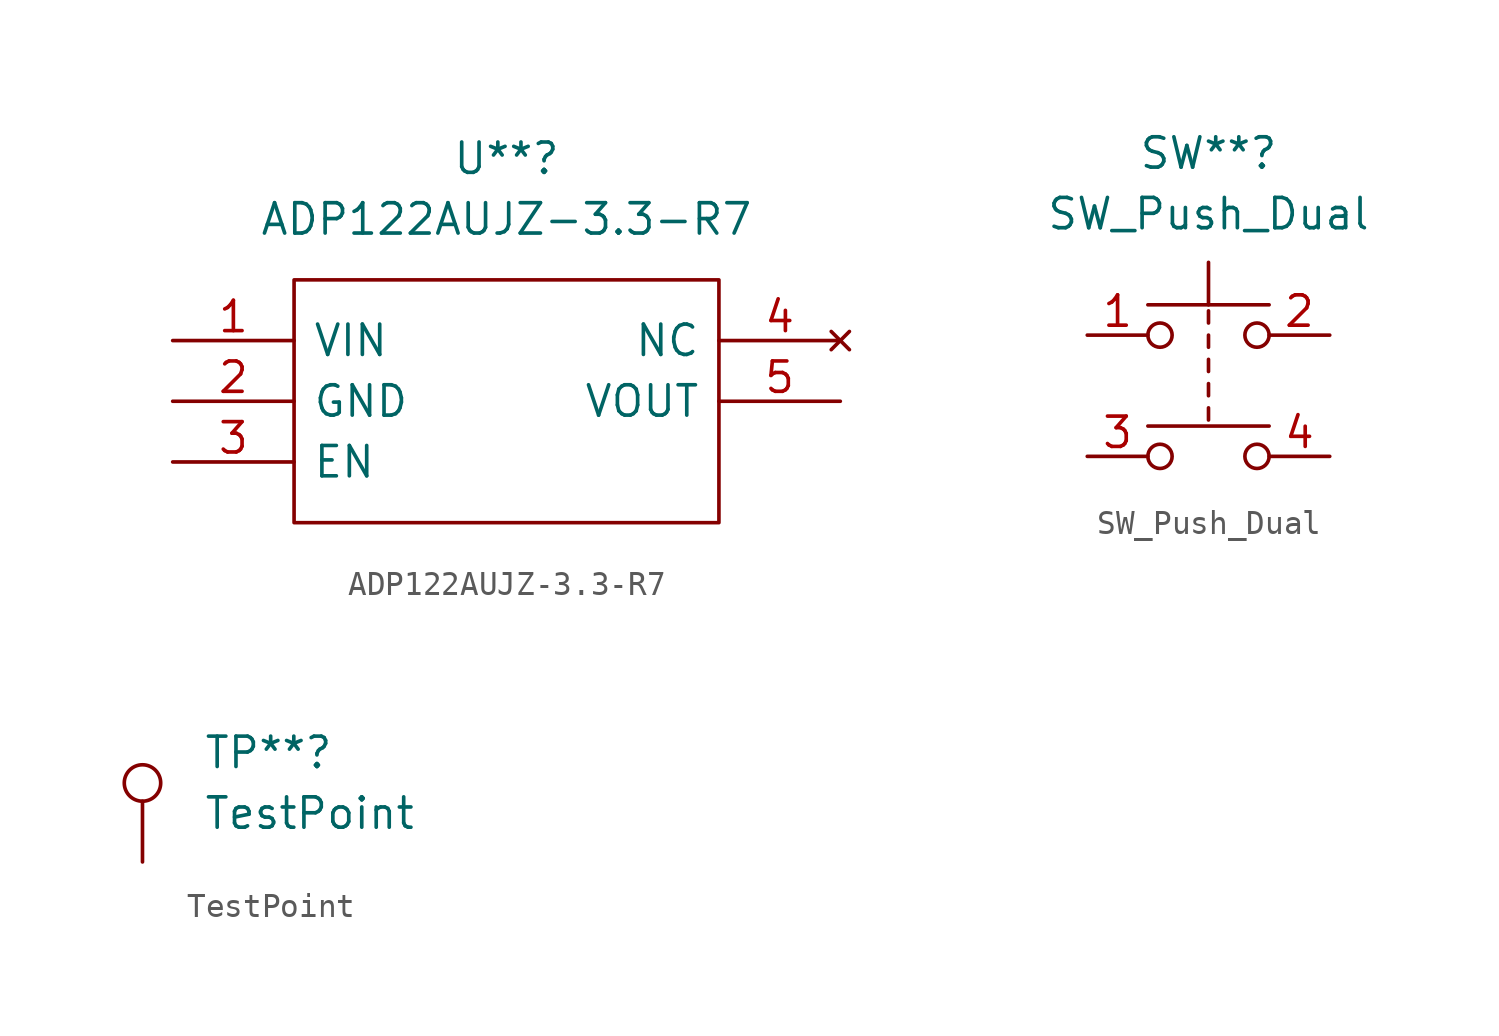
<source format=kicad_sym>
(kicad_symbol_lib
  (version 20211014)
  (generator kicad_symbol_editor)
  (symbol "ADP122AUJZ-3.3-R7"
    (pin_names
      (offset 0.762))
    (property "Reference" "U**"
      (at 13.97 7.62 0)
      (effects (font (size 1.27 1.27))))
    (property "Value" "ADP122AUJZ-3.3-R7"
      (at 13.97 5.08 0)
      (effects (font (size 1.27 1.27))))
    (symbol "ADP122AUJZ-3.3-R7_0_0"
      (pin passive line (at 0 0 0) (length 5.08) (name "VIN" (effects (font (size 1.27 1.27)))) (number "1" (effects (font (size 1.27 1.27)))))
      (pin passive line (at 0 -2.54 0) (length 5.08) (name "GND" (effects (font (size 1.27 1.27)))) (number "2" (effects (font (size 1.27 1.27)))))
      (pin passive line (at 0 -5.08 0) (length 5.08) (name "EN" (effects (font (size 1.27 1.27)))) (number "3" (effects (font (size 1.27 1.27)))))
      (pin no_connect line (at 27.94 0 180) (length 5.08) (name "NC" (effects (font (size 1.27 1.27)))) (number "4" (effects (font (size 1.27 1.27)))))
      (pin passive line (at 27.94 -2.54 180) (length 5.08) (name "VOUT" (effects (font (size 1.27 1.27)))) (number "5" (effects (font (size 1.27 1.27))))))
    (symbol "ADP122AUJZ-3.3-R7_0_1"
      (polyline (pts (xy 5.08 2.54) (xy 22.86 2.54) (xy 22.86 -7.62) (xy 5.08 -7.62) (xy 5.08 2.54)) (stroke (width 0.152) (type default) (color 0 0 0 0)) (fill (type none)))))
  (symbol "SW_Push_Dual"
    (pin_names
      (offset 1.016) hide)
    (property "Reference" "SW**"
      (at 0 7.62 0)
      (effects (font (size 1.27 1.27))))
    (property "Value" "SW_Push_Dual"
      (at 0 5.08 0)
      (effects (font (size 1.27 1.27))))
    (symbol "SW_Push_Dual_0_1"
      (circle (center -2.032 -5.08) (radius 0.508) (stroke (width 0) (type default) (color 0 0 0 0)) (fill (type none)))
      (circle (center -2.032 0) (radius 0.508) (stroke (width 0) (type default) (color 0 0 0 0)) (fill (type none)))
      (polyline (pts (xy 0 -3.048) (xy 0 -3.556)) (stroke (width 0) (type default) (color 0 0 0 0)) (fill (type none)))
      (polyline (pts (xy 0 -2.032) (xy 0 -2.54)) (stroke (width 0) (type default) (color 0 0 0 0)) (fill (type none)))
      (polyline (pts (xy 0 -1.524) (xy 0 -1.016)) (stroke (width 0) (type default) (color 0 0 0 0)) (fill (type none)))
      (polyline (pts (xy 0 -0.508) (xy 0 0)) (stroke (width 0) (type default) (color 0 0 0 0)) (fill (type none)))
      (polyline (pts (xy 0 0.508) (xy 0 1.016)) (stroke (width 0) (type default) (color 0 0 0 0)) (fill (type none)))
      (polyline (pts (xy 0 1.27) (xy 0 3.048)) (stroke (width 0) (type default) (color 0 0 0 0)) (fill (type none)))
      (polyline (pts (xy 2.54 -3.81) (xy -2.54 -3.81)) (stroke (width 0) (type default) (color 0 0 0 0)) (fill (type none)))
      (polyline (pts (xy 2.54 1.27) (xy -2.54 1.27)) (stroke (width 0) (type default) (color 0 0 0 0)) (fill (type none)))
      (circle (center 2.032 -5.08) (radius 0.508) (stroke (width 0) (type default) (color 0 0 0 0)) (fill (type none)))
      (circle (center 2.032 0) (radius 0.508) (stroke (width 0) (type default) (color 0 0 0 0)) (fill (type none)))
      (pin passive line (at -5.08 0 0) (length 2.54) (name "1" (effects (font (size 1.27 1.27)))) (number "1" (effects (font (size 1.27 1.27)))))
      (pin passive line (at 5.08 0 180) (length 2.54) (name "2" (effects (font (size 1.27 1.27)))) (number "2" (effects (font (size 1.27 1.27)))))
      (pin passive line (at -5.08 -5.08 0) (length 2.54) (name "3" (effects (font (size 1.27 1.27)))) (number "3" (effects (font (size 1.27 1.27)))))
      (pin passive line (at 5.08 -5.08 180) (length 2.54) (name "4" (effects (font (size 1.27 1.27)))) (number "4" (effects (font (size 1.27 1.27)))))))
  (symbol "TestPoint"
    (pin_numbers hide)
    (pin_names
      (offset 0.762) hide)
    (property "Reference" "TP**"
      (at 2.54 4.572 0)
      (effects (font (size 1.27 1.27)) (justify left)))
    (property "Value" "TestPoint"
      (at 2.54 2.032 0)
      (effects (font (size 1.27 1.27)) (justify left)))
    (symbol "TestPoint_0_1"
      (circle (center 0 3.302) (radius 0.762) (stroke (width 0) (type default) (color 0 0 0 0)) (fill (type none))))
    (symbol "TestPoint_1_1"
      (pin passive line (at 0 0 90) (length 2.54) (name "1" (effects (font (size 1.27 1.27)))) (number "1" (effects (font (size 1.27 1.27))))))))
</source>
